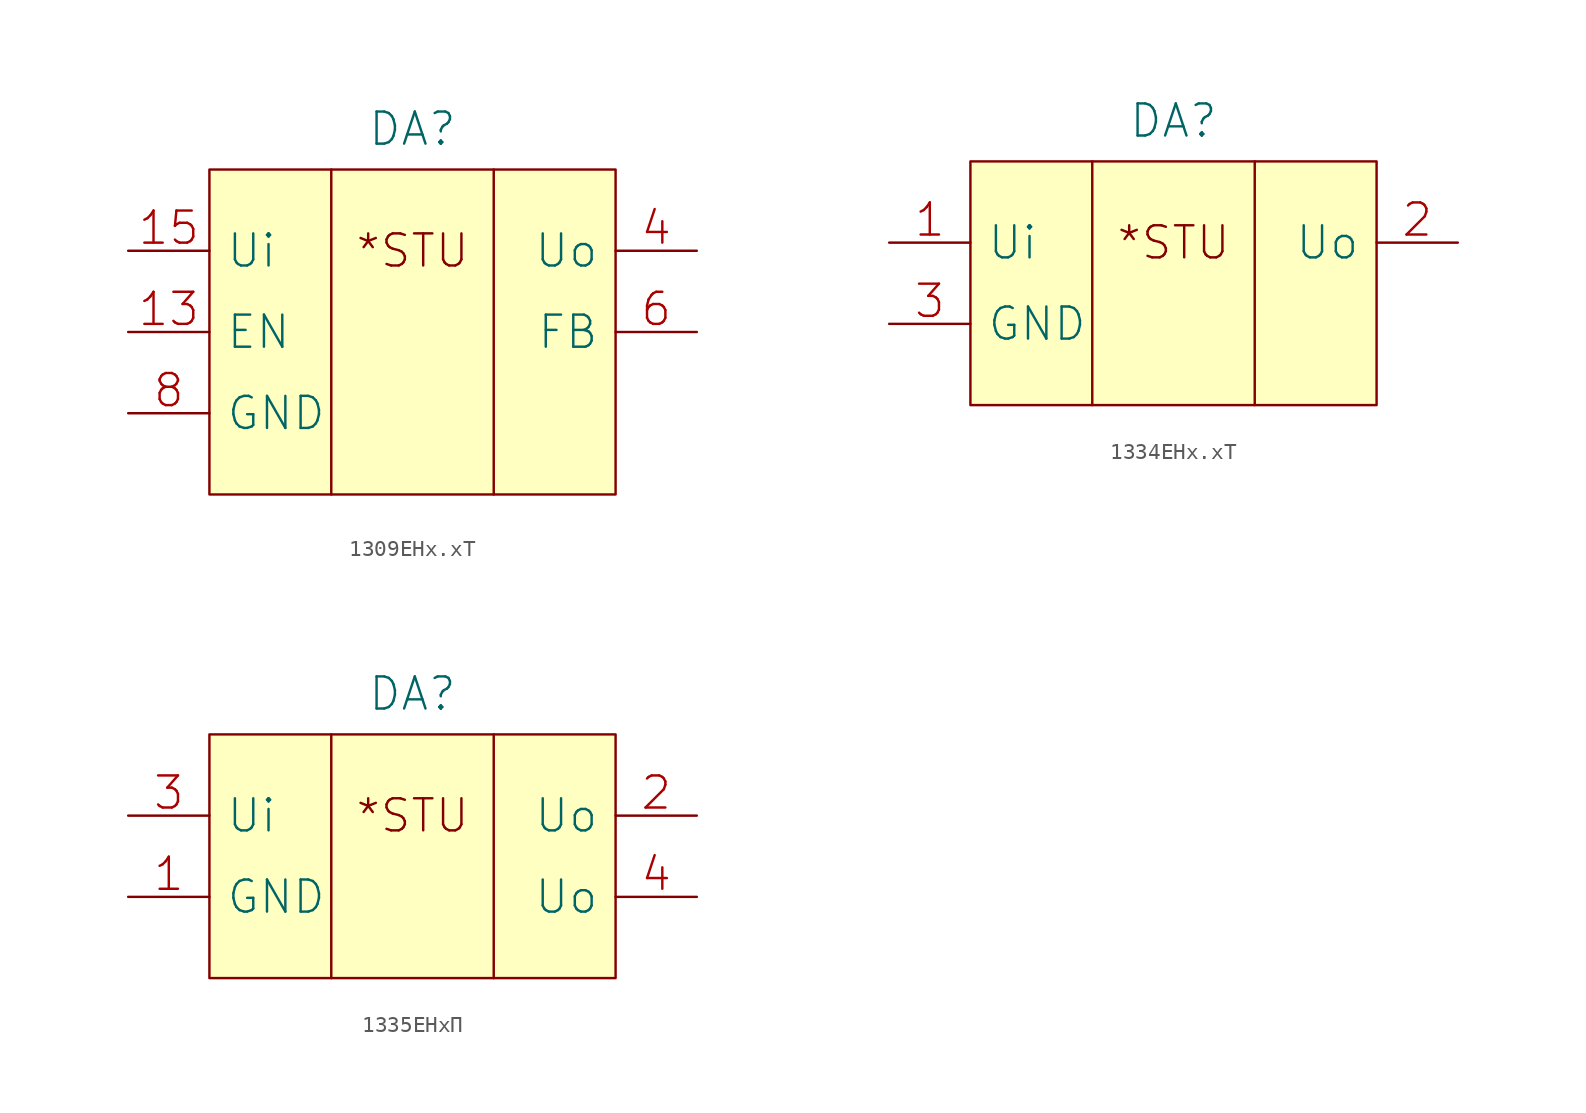
<source format=kicad_sym>
(kicad_symbol_lib
  (version 20231120)
  (generator "kicad_symbol_editor")
  (generator_version "8.0")
  (symbol "1309ЕНх.хТ"
    (pin_names
      (offset 1.016))
    (property "Reference" "DA"
      (at 0 12.7 0)
      (effects (font (size 2.007 2.007))))
    (symbol "1309ЕНх.хТ_0_0"
      (polyline (pts (xy 5.08 10.16) (xy 5.08 -10.16)) (stroke (width 0) (type solid)) (fill (type none)))
      (text "*STU" (at 0 5.08 0) (effects (font (size 2.007 2.007)))))
    (symbol "1309ЕНх.хТ_0_1"
      (rectangle (start -12.7 10.16) (end 12.7 -10.16) (stroke (width 0) (type solid)) (fill (type background)))
      (polyline (pts (xy -5.08 10.16) (xy -5.08 -10.16)) (stroke (width 0) (type solid)) (fill (type none))))
    (symbol "1309ЕНх.хТ_1_1"
      (pin input line (at -17.78 0 0) (length 5.08) (name "EN" (effects (font (size 2.007 2.007)))) (number "13" (effects (font (size 2.007 2.007)))))
      (pin power_in line (at -17.78 5.08 0) (length 5.08) (name "Ui" (effects (font (size 2.007 2.007)))) (number "15" (effects (font (size 2.007 2.007)))))
      (pin power_out line (at 17.78 5.08 180) (length 5.08) (name "Uo" (effects (font (size 2.007 2.007)))) (number "4" (effects (font (size 2.007 2.007)))))
      (pin input line (at 17.78 0 180) (length 5.08) (name "FB" (effects (font (size 2.007 2.007)))) (number "6" (effects (font (size 2.007 2.007)))))
      (pin power_in line (at -17.78 -5.08 0) (length 5.08) (name "GND" (effects (font (size 2.007 2.007)))) (number "8" (effects (font (size 2.007 2.007)))))))
  (symbol "1334ЕНх.хТ"
    (pin_names
      (offset 1.016))
    (property "Reference" "DA"
      (at 0 10.16 0)
      (effects (font (size 2.007 2.007))))
    (symbol "1334ЕНх.хТ_0_0"
      (polyline (pts (xy 5.08 7.62) (xy 5.08 -7.62)) (stroke (width 0) (type solid)) (fill (type none)))
      (text "*STU" (at 0 2.54 0) (effects (font (size 2.007 2.007)))))
    (symbol "1334ЕНх.хТ_0_1"
      (rectangle (start -12.7 7.62) (end 12.7 -7.62) (stroke (width 0) (type solid)) (fill (type background)))
      (polyline (pts (xy -5.08 7.62) (xy -5.08 -7.62)) (stroke (width 0) (type solid)) (fill (type none))))
    (symbol "1334ЕНх.хТ_1_1"
      (pin power_in line (at -17.78 2.54 0) (length 5.08) (name "Ui" (effects (font (size 2.007 2.007)))) (number "1" (effects (font (size 2.007 2.007)))))
      (pin power_out line (at 17.78 2.54 180) (length 5.08) (name "Uo" (effects (font (size 2.007 2.007)))) (number "2" (effects (font (size 2.007 2.007)))))
      (pin power_in line (at -17.78 -2.54 0) (length 5.08) (name "GND" (effects (font (size 2.007 2.007)))) (number "3" (effects (font (size 2.007 2.007)))))))
  (symbol "1335ЕНхП"
    (pin_names
      (offset 1.016))
    (property "Reference" "DA"
      (at 0 10.16 0)
      (effects (font (size 2.007 2.007))))
    (symbol "1335ЕНхП_0_0"
      (polyline (pts (xy 5.08 7.62) (xy 5.08 -7.62)) (stroke (width 0) (type solid)) (fill (type none)))
      (text "*STU" (at 0 2.54 0) (effects (font (size 2.007 2.007)))))
    (symbol "1335ЕНхП_0_1"
      (rectangle (start -12.7 7.62) (end 12.7 -7.62) (stroke (width 0) (type solid)) (fill (type background)))
      (polyline (pts (xy -5.08 7.62) (xy -5.08 -7.62)) (stroke (width 0) (type solid)) (fill (type none))))
    (symbol "1335ЕНхП_1_1"
      (pin input line (at -17.78 -2.54 0) (length 5.08) (name "GND" (effects (font (size 2.007 2.007)))) (number "1" (effects (font (size 2.007 2.007)))))
      (pin power_out line (at 17.78 2.54 180) (length 5.08) (name "Uo" (effects (font (size 2.007 2.007)))) (number "2" (effects (font (size 2.007 2.007)))))
      (pin power_in line (at -17.78 2.54 0) (length 5.08) (name "Ui" (effects (font (size 2.007 2.007)))) (number "3" (effects (font (size 2.007 2.007)))))
      (pin power_out line (at 17.78 -2.54 180) (length 5.08) (name "Uo" (effects (font (size 2.007 2.007)))) (number "4" (effects (font (size 2.007 2.007))))))))
</source>
